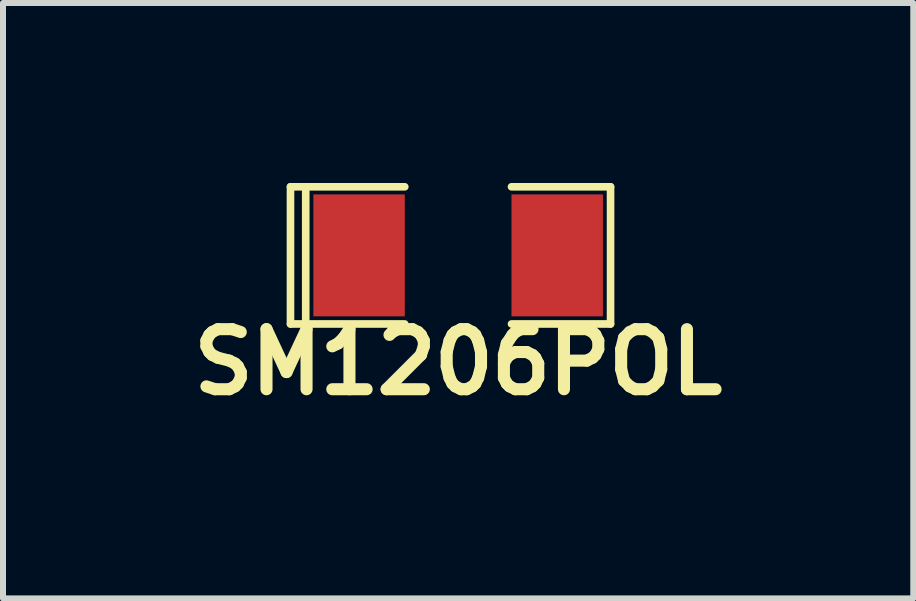
<source format=kicad_pcb>
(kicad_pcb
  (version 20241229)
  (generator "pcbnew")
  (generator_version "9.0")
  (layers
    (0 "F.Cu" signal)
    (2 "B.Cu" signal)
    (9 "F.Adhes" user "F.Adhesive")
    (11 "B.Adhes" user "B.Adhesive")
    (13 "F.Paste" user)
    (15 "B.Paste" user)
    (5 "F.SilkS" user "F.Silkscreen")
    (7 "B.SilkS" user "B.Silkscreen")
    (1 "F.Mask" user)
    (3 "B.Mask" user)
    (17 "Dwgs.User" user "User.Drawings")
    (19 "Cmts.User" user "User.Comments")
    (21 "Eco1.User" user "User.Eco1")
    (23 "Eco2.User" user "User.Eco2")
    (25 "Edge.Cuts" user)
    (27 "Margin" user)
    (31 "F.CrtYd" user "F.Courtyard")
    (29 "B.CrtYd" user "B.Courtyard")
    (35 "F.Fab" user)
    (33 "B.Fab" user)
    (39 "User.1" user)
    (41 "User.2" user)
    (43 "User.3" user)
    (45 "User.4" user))
  (footprint "SM1206POL"
    (layer "F.Cu")
    (at 4.585 1.206)
    (property "Reference" "SM1206POL" (at 0 1.778 0) (layer "F.SilkS") (effects (font (size 1.001 1.001) (thickness 0.201))))
    (attr smd)
    (fp_line (start -2.794 -1.143) (end -2.794 1.143) (stroke (width 0.127) (type solid)) (layer "F.SilkS"))
    (fp_line (start -2.794 1.143) (end -2.54 1.143) (stroke (width 0.127) (type solid)) (layer "F.SilkS"))
    (fp_line (start -2.54 -1.143) (end -2.794 -1.143) (stroke (width 0.127) (type solid)) (layer "F.SilkS"))
    (fp_line (start -2.54 -1.143) (end -2.54 1.143) (stroke (width 0.127) (type solid)) (layer "F.SilkS"))
    (fp_line (start -2.54 1.143) (end -0.889 1.143) (stroke (width 0.127) (type solid)) (layer "F.SilkS"))
    (fp_line (start -0.889 -1.143) (end -2.54 -1.143) (stroke (width 0.127) (type solid)) (layer "F.SilkS"))
    (fp_line (start 0.889 -1.143) (end 2.54 -1.143) (stroke (width 0.127) (type solid)) (layer "F.SilkS"))
    (fp_line (start 2.54 -1.143) (end 2.54 1.143) (stroke (width 0.127) (type solid)) (layer "F.SilkS"))
    (fp_line (start 2.54 1.143) (end 0.889 1.143) (stroke (width 0.127) (type solid)) (layer "F.SilkS"))
    (pad "1" smd rect (at -1.651 0) (size 1.524 2.032) (layers "F.Cu" "F.Mask" "F.Paste"))
    (pad "2" smd rect (at 1.651 0) (size 1.524 2.032) (layers "F.Cu" "F.Mask" "F.Paste")))
  (gr_rect
    (start -3 -3)
    (end 12.17 6.922)
    (stroke (width 0.1) (type default))
    (fill no)
    (layer "Edge.Cuts")))
</source>
